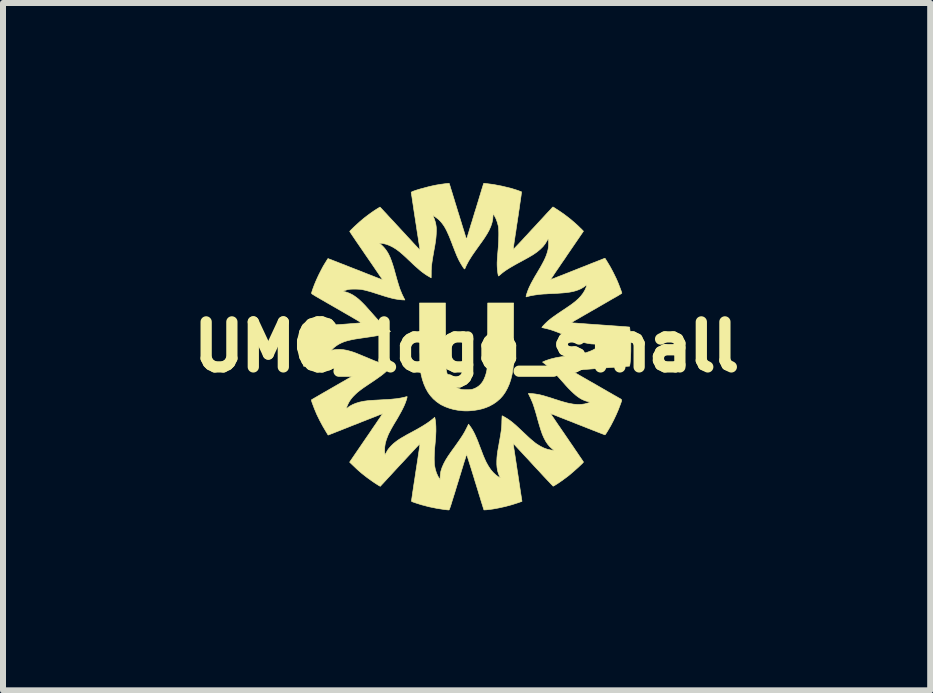
<source format=kicad_pcb>
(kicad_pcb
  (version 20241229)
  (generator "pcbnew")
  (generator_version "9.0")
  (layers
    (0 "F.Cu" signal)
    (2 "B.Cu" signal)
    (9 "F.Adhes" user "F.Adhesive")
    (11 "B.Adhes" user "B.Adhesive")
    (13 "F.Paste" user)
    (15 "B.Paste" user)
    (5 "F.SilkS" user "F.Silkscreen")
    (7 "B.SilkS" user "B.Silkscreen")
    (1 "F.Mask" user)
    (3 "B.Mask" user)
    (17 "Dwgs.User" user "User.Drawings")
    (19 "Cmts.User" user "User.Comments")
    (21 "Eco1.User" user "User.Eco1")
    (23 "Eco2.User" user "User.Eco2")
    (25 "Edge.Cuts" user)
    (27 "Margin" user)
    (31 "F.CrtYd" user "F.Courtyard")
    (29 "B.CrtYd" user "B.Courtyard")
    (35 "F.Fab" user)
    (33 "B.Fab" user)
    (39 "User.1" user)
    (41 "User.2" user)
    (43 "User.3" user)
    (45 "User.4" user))
  (footprint "UMC_logo_small"
    (layer "F.Cu")
    (at 4.724 2.726)
    (property "Reference" "UMC_logo_small" (at 0 0 180) (layer "F.SilkS") (effects (font (size 0.75 0.75) (thickness 0.3))))
    (attr through_hole)
    (fp_poly (pts (xy -0.35 -0.204) (xy -0.35 -0.124) (xy -0.35 -0.052) (xy -0.35 0.012) (xy -0.349 0.07) (xy -0.349 0.121) (xy -0.349 0.166) (xy -0.348 0.205) (xy -0.348 0.24) (xy -0.347 0.27) (xy -0.346 0.296) (xy -0.345 0.318) (xy -0.344 0.338) (xy -0.342 0.355) (xy -0.341 0.37) (xy -0.339 0.384) (xy -0.337 0.396) (xy -0.334 0.408) (xy -0.332 0.42) (xy -0.329 0.432) (xy -0.325 0.446) (xy -0.324 0.45) (xy -0.307 0.506) (xy -0.284 0.556) (xy -0.257 0.599) (xy -0.225 0.636) (xy -0.188 0.666) (xy -0.155 0.686) (xy -0.13 0.697) (xy -0.107 0.706) (xy -0.085 0.712) (xy -0.062 0.715) (xy -0.034 0.717) (xy 0 0.717) (xy 0.034 0.717) (xy 0.062 0.715) (xy 0.086 0.712) (xy 0.108 0.706) (xy 0.13 0.697) (xy 0.155 0.686) (xy 0.195 0.662) (xy 0.231 0.63) (xy 0.262 0.592) (xy 0.288 0.547) (xy 0.31 0.495) (xy 0.324 0.451) (xy 0.327 0.438) (xy 0.33 0.425) (xy 0.333 0.413) (xy 0.336 0.401) (xy 0.338 0.388) (xy 0.34 0.375) (xy 0.342 0.36) (xy 0.343 0.343) (xy 0.345 0.324) (xy 0.346 0.302) (xy 0.347 0.277) (xy 0.347 0.247) (xy 0.348 0.213) (xy 0.348 0.175) (xy 0.349 0.13) (xy 0.349 0.08) (xy 0.349 0.024) (xy 0.35 -0.039) (xy 0.35 -0.11) (xy 0.35 -0.188) (xy 0.35 -0.206) (xy 0.352 -0.728) (xy 0.784 -0.728) (xy 0.782 -0.206) (xy 0.782 -0.128) (xy 0.781 -0.057) (xy 0.781 0.006) (xy 0.781 0.063) (xy 0.781 0.112) (xy 0.78 0.156) (xy 0.78 0.194) (xy 0.78 0.227) (xy 0.779 0.255) (xy 0.779 0.279) (xy 0.778 0.3) (xy 0.777 0.317) (xy 0.777 0.331) (xy 0.776 0.343) (xy 0.775 0.354) (xy 0.774 0.363) (xy 0.773 0.368) (xy 0.758 0.459) (xy 0.738 0.543) (xy 0.712 0.621) (xy 0.681 0.692) (xy 0.645 0.757) (xy 0.604 0.816) (xy 0.557 0.868) (xy 0.504 0.914) (xy 0.447 0.954) (xy 0.383 0.989) (xy 0.379 0.991) (xy 0.322 1.015) (xy 0.264 1.034) (xy 0.202 1.049) (xy 0.135 1.06) (xy 0.068 1.067) (xy 0.04 1.069) (xy 0.018 1.07) (xy -0.003 1.07) (xy -0.023 1.07) (xy -0.046 1.069) (xy -0.075 1.067) (xy -0.078 1.066) (xy -0.151 1.058) (xy -0.223 1.044) (xy -0.292 1.024) (xy -0.357 1) (xy -0.416 0.972) (xy -0.442 0.957) (xy -0.501 0.916) (xy -0.554 0.87) (xy -0.602 0.817) (xy -0.644 0.759) (xy -0.68 0.694) (xy -0.711 0.623) (xy -0.737 0.546) (xy -0.758 0.462) (xy -0.773 0.372) (xy -0.773 0.368) (xy -0.774 0.36) (xy -0.775 0.35) (xy -0.776 0.338) (xy -0.777 0.325) (xy -0.778 0.309) (xy -0.778 0.29) (xy -0.779 0.268) (xy -0.779 0.241) (xy -0.78 0.21) (xy -0.78 0.175) (xy -0.78 0.134) (xy -0.781 0.087) (xy -0.781 0.034) (xy -0.781 -0.026) (xy -0.782 -0.093) (xy -0.782 -0.169) (xy -0.782 -0.206) (xy -0.784 -0.728) (xy -0.568 -0.728) (xy -0.352 -0.728) (xy -0.35 -0.204)) (stroke (width 0.01) (type solid)) (fill yes) (layer "F.SilkS"))
    (fp_poly (pts (xy -0.29 -2.721) (xy -0.29 -2.721) (xy -0.289 -2.717) (xy -0.285 -2.705) (xy -0.279 -2.687) (xy -0.271 -2.661) (xy -0.262 -2.63) (xy -0.25 -2.593) (xy -0.237 -2.551) (xy -0.223 -2.504) (xy -0.207 -2.453) (xy -0.191 -2.399) (xy -0.173 -2.342) (xy -0.155 -2.282) (xy -0.146 -2.253) (xy -0.127 -2.193) (xy -0.109 -2.134) (xy -0.092 -2.079) (xy -0.076 -2.026) (xy -0.061 -1.978) (xy -0.047 -1.934) (xy -0.035 -1.895) (xy -0.025 -1.861) (xy -0.016 -1.833) (xy -0.009 -1.811) (xy -0.004 -1.796) (xy -0.002 -1.789) (xy -0.001 -1.788) (xy -0.000168 -1.792) (xy 0.003 -1.803) (xy 0.009 -1.822) (xy 0.017 -1.846) (xy 0.026 -1.877) (xy 0.037 -1.912) (xy 0.049 -1.952) (xy 0.062 -1.995) (xy 0.076 -2.042) (xy 0.092 -2.091) (xy 0.107 -2.142) (xy 0.123 -2.194) (xy 0.139 -2.247) (xy 0.156 -2.3) (xy 0.172 -2.353) (xy 0.188 -2.405) (xy 0.203 -2.454) (xy 0.217 -2.502) (xy 0.231 -2.546) (xy 0.243 -2.587) (xy 0.254 -2.623) (xy 0.264 -2.655) (xy 0.272 -2.681) (xy 0.278 -2.701) (xy 0.282 -2.714) (xy 0.282 -2.715) (xy 0.284 -2.719) (xy 0.289 -2.721) (xy 0.299 -2.721) (xy 0.31 -2.72) (xy 0.449 -2.702) (xy 0.585 -2.676) (xy 0.719 -2.644) (xy 0.753 -2.635) (xy 0.774 -2.628) (xy 0.798 -2.621) (xy 0.823 -2.613) (xy 0.847 -2.605) (xy 0.87 -2.597) (xy 0.89 -2.589) (xy 0.905 -2.584) (xy 0.914 -2.58) (xy 0.915 -2.578) (xy 0.915 -2.574) (xy 0.914 -2.562) (xy 0.911 -2.542) (xy 0.908 -2.516) (xy 0.903 -2.483) (xy 0.898 -2.445) (xy 0.891 -2.401) (xy 0.884 -2.353) (xy 0.877 -2.3) (xy 0.868 -2.244) (xy 0.86 -2.185) (xy 0.85 -2.124) (xy 0.847 -2.099) (xy 0.837 -2.037) (xy 0.828 -1.977) (xy 0.82 -1.919) (xy 0.811 -1.865) (xy 0.804 -1.815) (xy 0.797 -1.77) (xy 0.791 -1.729) (xy 0.786 -1.694) (xy 0.782 -1.665) (xy 0.779 -1.642) (xy 0.777 -1.627) (xy 0.776 -1.619) (xy 0.776 -1.618) (xy 0.779 -1.621) (xy 0.787 -1.629) (xy 0.8 -1.642) (xy 0.818 -1.661) (xy 0.841 -1.685) (xy 0.867 -1.712) (xy 0.897 -1.744) (xy 0.93 -1.779) (xy 0.965 -1.818) (xy 1.004 -1.859) (xy 1.044 -1.903) (xy 1.086 -1.949) (xy 1.107 -1.971) (xy 1.15 -2.017) (xy 1.191 -2.062) (xy 1.231 -2.105) (xy 1.268 -2.145) (xy 1.302 -2.182) (xy 1.333 -2.216) (xy 1.361 -2.246) (xy 1.386 -2.272) (xy 1.406 -2.294) (xy 1.421 -2.311) (xy 1.432 -2.322) (xy 1.438 -2.328) (xy 1.438 -2.328) (xy 1.443 -2.326) (xy 1.453 -2.32) (xy 1.469 -2.31) (xy 1.487 -2.298) (xy 1.509 -2.284) (xy 1.531 -2.27) (xy 1.554 -2.254) (xy 1.575 -2.24) (xy 1.595 -2.226) (xy 1.606 -2.219) (xy 1.669 -2.172) (xy 1.733 -2.122) (xy 1.794 -2.07) (xy 1.851 -2.019) (xy 1.902 -1.969) (xy 1.906 -1.966) (xy 1.947 -1.924) (xy 1.672 -1.522) (xy 1.637 -1.469) (xy 1.602 -1.419) (xy 1.569 -1.371) (xy 1.539 -1.326) (xy 1.51 -1.284) (xy 1.484 -1.246) (xy 1.461 -1.212) (xy 1.442 -1.182) (xy 1.425 -1.158) (xy 1.413 -1.139) (xy 1.404 -1.126) (xy 1.4 -1.119) (xy 1.399 -1.118) (xy 1.4 -1.118) (xy 1.4 -1.118) (xy 1.402 -1.118) (xy 1.405 -1.119) (xy 1.41 -1.121) (xy 1.418 -1.124) (xy 1.428 -1.128) (xy 1.442 -1.133) (xy 1.46 -1.14) (xy 1.483 -1.149) (xy 1.51 -1.16) (xy 1.543 -1.173) (xy 1.583 -1.188) (xy 1.628 -1.206) (xy 1.681 -1.227) (xy 1.714 -1.24) (xy 1.764 -1.26) (xy 1.817 -1.281) (xy 1.872 -1.303) (xy 1.928 -1.325) (xy 1.982 -1.346) (xy 2.034 -1.367) (xy 2.081 -1.386) (xy 2.122 -1.402) (xy 2.159 -1.416) (xy 2.193 -1.43) (xy 2.225 -1.442) (xy 2.252 -1.453) (xy 2.274 -1.462) (xy 2.291 -1.468) (xy 2.301 -1.472) (xy 2.305 -1.473) (xy 2.308 -1.47) (xy 2.314 -1.46) (xy 2.323 -1.446) (xy 2.335 -1.427) (xy 2.348 -1.406) (xy 2.361 -1.384) (xy 2.375 -1.361) (xy 2.388 -1.339) (xy 2.399 -1.32) (xy 2.402 -1.314) (xy 2.423 -1.275) (xy 2.446 -1.231) (xy 2.469 -1.184) (xy 2.492 -1.137) (xy 2.512 -1.092) (xy 2.52 -1.072) (xy 2.53 -1.05) (xy 2.539 -1.025) (xy 2.549 -0.999) (xy 2.559 -0.973) (xy 2.568 -0.949) (xy 2.576 -0.927) (xy 2.582 -0.909) (xy 2.586 -0.897) (xy 2.587 -0.892) (xy 2.583 -0.888) (xy 2.573 -0.881) (xy 2.558 -0.872) (xy 2.539 -0.86) (xy 2.518 -0.847) (xy 2.516 -0.846) (xy 2.493 -0.833) (xy 2.465 -0.817) (xy 2.431 -0.798) (xy 2.393 -0.776) (xy 2.352 -0.752) (xy 2.307 -0.726) (xy 2.26 -0.699) (xy 2.212 -0.671) (xy 2.164 -0.643) (xy 2.115 -0.615) (xy 2.067 -0.588) (xy 2.021 -0.561) (xy 1.977 -0.536) (xy 1.937 -0.513) (xy 1.901 -0.492) (xy 1.869 -0.473) (xy 1.843 -0.458) (xy 1.822 -0.447) (xy 1.816 -0.443) (xy 1.793 -0.43) (xy 1.774 -0.418) (xy 1.758 -0.408) (xy 1.747 -0.402) (xy 1.742 -0.398) (xy 1.742 -0.398) (xy 1.747 -0.398) (xy 1.76 -0.397) (xy 1.779 -0.395) (xy 1.804 -0.394) (xy 1.833 -0.392) (xy 1.867 -0.389) (xy 1.904 -0.386) (xy 1.922 -0.385) (xy 2.028 -0.377) (xy 2.125 -0.37) (xy 2.214 -0.364) (xy 2.296 -0.358) (xy 2.369 -0.353) (xy 2.435 -0.348) (xy 2.494 -0.344) (xy 2.545 -0.34) (xy 2.568 -0.339) (xy 2.6 -0.336) (xy 2.629 -0.334) (xy 2.656 -0.332) (xy 2.678 -0.33) (xy 2.694 -0.329) (xy 2.703 -0.328) (xy 2.703 -0.328) (xy 2.717 -0.326) (xy 2.721 -0.285) (xy 2.726 -0.246) (xy 2.729 -0.212) (xy 2.732 -0.178) (xy 2.734 -0.145) (xy 2.735 -0.109) (xy 2.736 -0.07) (xy 2.736 -0.025) (xy 2.736 0.008) (xy 2.736 0.074) (xy 2.734 0.135) (xy 2.732 0.189) (xy 2.728 0.236) (xy 2.724 0.276) (xy 2.719 0.307) (xy 2.718 0.309) (xy 2.715 0.324) (xy 2.478 0.341) (xy 2.431 0.345) (xy 2.383 0.348) (xy 2.337 0.352) (xy 2.292 0.355) (xy 2.251 0.358) (xy 2.214 0.361) (xy 2.183 0.363) (xy 2.159 0.365) (xy 2.153 0.366) (xy 2.127 0.367) (xy 2.094 0.37) (xy 2.057 0.373) (xy 2.016 0.376) (xy 1.974 0.379) (xy 1.932 0.382) (xy 1.904 0.384) (xy 1.861 0.387) (xy 1.826 0.39) (xy 1.799 0.392) (xy 1.778 0.394) (xy 1.763 0.396) (xy 1.754 0.398) (xy 1.75 0.399) (xy 1.749 0.4) (xy 1.754 0.403) (xy 1.765 0.41) (xy 1.782 0.42) (xy 1.805 0.434) (xy 1.832 0.449) (xy 1.863 0.467) (xy 1.897 0.487) (xy 1.934 0.508) (xy 1.958 0.522) (xy 2.002 0.547) (xy 2.05 0.575) (xy 2.1 0.603) (xy 2.149 0.631) (xy 2.197 0.659) (xy 2.242 0.685) (xy 2.282 0.708) (xy 2.314 0.726) (xy 2.349 0.747) (xy 2.385 0.767) (xy 2.42 0.787) (xy 2.452 0.806) (xy 2.481 0.822) (xy 2.506 0.836) (xy 2.524 0.847) (xy 2.526 0.848) (xy 2.549 0.861) (xy 2.565 0.87) (xy 2.576 0.878) (xy 2.582 0.886) (xy 2.583 0.896) (xy 2.581 0.908) (xy 2.575 0.926) (xy 2.567 0.949) (xy 2.563 0.959) (xy 2.529 1.049) (xy 2.49 1.139) (xy 2.448 1.227) (xy 2.404 1.312) (xy 2.358 1.391) (xy 2.333 1.432) (xy 2.323 1.447) (xy 2.314 1.459) (xy 2.308 1.467) (xy 2.305 1.469) (xy 2.301 1.467) (xy 2.289 1.463) (xy 2.271 1.456) (xy 2.246 1.447) (xy 2.217 1.435) (xy 2.182 1.422) (xy 2.143 1.406) (xy 2.101 1.39) (xy 2.056 1.372) (xy 2.009 1.354) (xy 2.007 1.353) (xy 1.957 1.333) (xy 1.906 1.313) (xy 1.857 1.294) (xy 1.809 1.275) (xy 1.765 1.257) (xy 1.724 1.241) (xy 1.687 1.227) (xy 1.657 1.215) (xy 1.632 1.205) (xy 1.619 1.2) (xy 1.588 1.188) (xy 1.555 1.175) (xy 1.522 1.162) (xy 1.492 1.15) (xy 1.467 1.14) (xy 1.463 1.138) (xy 1.441 1.13) (xy 1.423 1.123) (xy 1.409 1.118) (xy 1.4 1.115) (xy 1.399 1.115) (xy 1.401 1.118) (xy 1.408 1.128) (xy 1.418 1.144) (xy 1.433 1.166) (xy 1.452 1.193) (xy 1.473 1.225) (xy 1.498 1.262) (xy 1.525 1.302) (xy 1.555 1.345) (xy 1.587 1.392) (xy 1.621 1.441) (xy 1.656 1.493) (xy 1.673 1.517) (xy 1.708 1.569) (xy 1.743 1.62) (xy 1.776 1.668) (xy 1.806 1.713) (xy 1.835 1.755) (xy 1.861 1.794) (xy 1.884 1.828) (xy 1.904 1.857) (xy 1.921 1.882) (xy 1.934 1.901) (xy 1.942 1.914) (xy 1.947 1.921) (xy 1.947 1.922) (xy 1.944 1.927) (xy 1.936 1.937) (xy 1.922 1.951) (xy 1.904 1.968) (xy 1.883 1.988) (xy 1.86 2.01) (xy 1.834 2.033) (xy 1.808 2.056) (xy 1.781 2.08) (xy 1.755 2.102) (xy 1.731 2.123) (xy 1.708 2.142) (xy 1.706 2.144) (xy 1.68 2.164) (xy 1.652 2.185) (xy 1.623 2.206) (xy 1.594 2.228) (xy 1.564 2.248) (xy 1.536 2.268) (xy 1.51 2.285) (xy 1.486 2.3) (xy 1.467 2.312) (xy 1.452 2.32) (xy 1.443 2.324) (xy 1.442 2.324) (xy 1.438 2.321) (xy 1.43 2.312) (xy 1.416 2.298) (xy 1.397 2.278) (xy 1.375 2.254) (xy 1.348 2.226) (xy 1.318 2.194) (xy 1.284 2.158) (xy 1.248 2.119) (xy 1.21 2.077) (xy 1.169 2.034) (xy 1.126 1.988) (xy 1.107 1.967) (xy 1.064 1.92) (xy 1.023 1.875) (xy 0.983 1.833) (xy 0.946 1.793) (xy 0.912 1.756) (xy 0.88 1.722) (xy 0.852 1.692) (xy 0.828 1.666) (xy 0.808 1.644) (xy 0.793 1.628) (xy 0.782 1.617) (xy 0.777 1.611) (xy 0.776 1.61) (xy 0.777 1.614) (xy 0.778 1.626) (xy 0.781 1.645) (xy 0.785 1.671) (xy 0.789 1.702) (xy 0.795 1.738) (xy 0.801 1.779) (xy 0.808 1.824) (xy 0.815 1.872) (xy 0.823 1.923) (xy 0.831 1.975) (xy 0.839 2.029) (xy 0.847 2.084) (xy 0.856 2.139) (xy 0.864 2.193) (xy 0.872 2.246) (xy 0.88 2.296) (xy 0.887 2.345) (xy 0.894 2.39) (xy 0.9 2.432) (xy 0.906 2.469) (xy 0.911 2.501) (xy 0.915 2.527) (xy 0.918 2.547) (xy 0.92 2.56) (xy 0.921 2.564) (xy 0.923 2.577) (xy 0.867 2.597) (xy 0.755 2.633) (xy 0.644 2.663) (xy 0.53 2.688) (xy 0.475 2.698) (xy 0.444 2.704) (xy 0.414 2.708) (xy 0.384 2.712) (xy 0.356 2.715) (xy 0.332 2.718) (xy 0.311 2.719) (xy 0.297 2.72) (xy 0.289 2.719) (xy 0.288 2.718) (xy 0.287 2.714) (xy 0.283 2.702) (xy 0.277 2.683) (xy 0.269 2.657) (xy 0.259 2.625) (xy 0.247 2.588) (xy 0.234 2.545) (xy 0.22 2.499) (xy 0.204 2.448) (xy 0.188 2.394) (xy 0.17 2.336) (xy 0.152 2.277) (xy 0.144 2.253) (xy 0.126 2.192) (xy 0.108 2.134) (xy 0.091 2.079) (xy 0.075 2.027) (xy 0.06 1.979) (xy 0.046 1.936) (xy 0.034 1.897) (xy 0.023 1.863) (xy 0.015 1.836) (xy 0.008 1.815) (xy 0.003 1.801) (xy 0.001 1.794) (xy 0.000286 1.793) (xy -0.001 1.797) (xy -0.005 1.809) (xy -0.011 1.828) (xy -0.019 1.854) (xy -0.029 1.885) (xy -0.041 1.922) (xy -0.054 1.964) (xy -0.068 2.011) (xy -0.084 2.062) (xy -0.1 2.116) (xy -0.118 2.173) (xy -0.136 2.233) (xy -0.144 2.258) (xy -0.166 2.329) (xy -0.185 2.392) (xy -0.202 2.448) (xy -0.218 2.497) (xy -0.231 2.54) (xy -0.243 2.577) (xy -0.252 2.609) (xy -0.261 2.636) (xy -0.268 2.658) (xy -0.274 2.675) (xy -0.279 2.689) (xy -0.283 2.7) (xy -0.286 2.708) (xy -0.289 2.714) (xy -0.291 2.717) (xy -0.293 2.719) (xy -0.295 2.72) (xy -0.296 2.721) (xy -0.304 2.72) (xy -0.319 2.719) (xy -0.338 2.717) (xy -0.36 2.714) (xy -0.366 2.714) (xy -0.5 2.693) (xy -0.627 2.667) (xy -0.749 2.635) (xy -0.847 2.604) (xy -0.872 2.595) (xy -0.891 2.589) (xy -0.904 2.584) (xy -0.912 2.58) (xy -0.916 2.577) (xy -0.918 2.574) (xy -0.919 2.571) (xy -0.919 2.57) (xy -0.918 2.565) (xy -0.916 2.552) (xy -0.913 2.532) (xy -0.909 2.505) (xy -0.904 2.471) (xy -0.899 2.432) (xy -0.892 2.388) (xy -0.885 2.34) (xy -0.877 2.287) (xy -0.868 2.231) (xy -0.859 2.171) (xy -0.85 2.11) (xy -0.847 2.089) (xy -0.837 2.027) (xy -0.828 1.967) (xy -0.819 1.91) (xy -0.811 1.856) (xy -0.804 1.807) (xy -0.797 1.762) (xy -0.791 1.722) (xy -0.786 1.687) (xy -0.782 1.659) (xy -0.779 1.637) (xy -0.777 1.622) (xy -0.776 1.615) (xy -0.776 1.614) (xy -0.779 1.617) (xy -0.787 1.626) (xy -0.8 1.64) (xy -0.818 1.658) (xy -0.84 1.681) (xy -0.865 1.708) (xy -0.893 1.738) (xy -0.924 1.772) (xy -0.957 1.807) (xy -0.992 1.845) (xy -1.028 1.884) (xy -1.065 1.924) (xy -1.103 1.964) (xy -1.141 2.005) (xy -1.178 2.045) (xy -1.214 2.084) (xy -1.249 2.122) (xy -1.283 2.159) (xy -1.314 2.192) (xy -1.343 2.224) (xy -1.368 2.251) (xy -1.39 2.275) (xy -1.409 2.295) (xy -1.423 2.31) (xy -1.432 2.321) (xy -1.435 2.325) (xy -1.436 2.325) (xy -1.44 2.325) (xy -1.451 2.32) (xy -1.467 2.311) (xy -1.487 2.298) (xy -1.511 2.283) (xy -1.537 2.266) (xy -1.566 2.246) (xy -1.596 2.225) (xy -1.626 2.203) (xy -1.656 2.182) (xy -1.666 2.174) (xy -1.744 2.113) (xy -1.818 2.049) (xy -1.883 1.987) (xy -1.949 1.924) (xy -1.673 1.52) (xy -1.637 1.468) (xy -1.602 1.417) (xy -1.57 1.369) (xy -1.539 1.324) (xy -1.51 1.282) (xy -1.484 1.243) (xy -1.461 1.209) (xy -1.441 1.18) (xy -1.424 1.155) (xy -1.412 1.136) (xy -1.403 1.123) (xy -1.398 1.116) (xy -1.398 1.115) (xy -1.402 1.117) (xy -1.413 1.121) (xy -1.431 1.128) (xy -1.456 1.137) (xy -1.485 1.149) (xy -1.52 1.163) (xy -1.559 1.178) (xy -1.602 1.195) (xy -1.649 1.213) (xy -1.698 1.233) (xy -1.736 1.247) (xy -1.789 1.269) (xy -1.842 1.29) (xy -1.895 1.31) (xy -1.945 1.33) (xy -1.992 1.349) (xy -2.036 1.366) (xy -2.076 1.382) (xy -2.11 1.396) (xy -2.139 1.407) (xy -2.161 1.415) (xy -2.167 1.418) (xy -2.195 1.429) (xy -2.222 1.44) (xy -2.246 1.449) (xy -2.266 1.457) (xy -2.28 1.462) (xy -2.285 1.464) (xy -2.307 1.473) (xy -2.34 1.419) (xy -2.396 1.324) (xy -2.448 1.227) (xy -2.496 1.129) (xy -2.537 1.031) (xy -2.57 0.943) (xy -2.578 0.921) (xy -2.582 0.905) (xy -2.585 0.895) (xy -2.585 0.889) (xy -2.584 0.885) (xy -2.582 0.883) (xy -2.577 0.881) (xy -2.566 0.874) (xy -2.548 0.864) (xy -2.525 0.85) (xy -2.495 0.833) (xy -2.461 0.813) (xy -2.423 0.791) (xy -2.38 0.766) (xy -2.334 0.74) (xy -2.284 0.711) (xy -2.232 0.681) (xy -2.178 0.65) (xy -2.159 0.639) (xy -2.095 0.602) (xy -2.038 0.57) (xy -1.987 0.54) (xy -1.943 0.515) (xy -1.905 0.493) (xy -1.871 0.473) (xy -1.843 0.457) (xy -1.82 0.443) (xy -1.801 0.432) (xy -1.786 0.422) (xy -1.774 0.415) (xy -1.766 0.409) (xy -1.76 0.405) (xy -1.756 0.402) (xy -1.755 0.4) (xy -1.755 0.398) (xy -1.757 0.398) (xy -1.759 0.397) (xy -1.759 0.397) (xy -1.766 0.396) (xy -1.78 0.395) (xy -1.802 0.393) (xy -1.83 0.391) (xy -1.864 0.388) (xy -1.905 0.385) (xy -1.95 0.382) (xy -2 0.378) (xy -2.053 0.374) (xy -2.11 0.37) (xy -2.17 0.365) (xy -2.232 0.361) (xy -2.246 0.36) (xy -2.308 0.355) (xy -2.368 0.351) (xy -2.425 0.347) (xy -2.478 0.343) (xy -2.527 0.339) (xy -2.572 0.336) (xy -2.612 0.333) (xy -2.646 0.33) (xy -2.674 0.328) (xy -2.695 0.327) (xy -2.709 0.325) (xy -2.716 0.325) (xy -2.716 0.325) (xy -2.717 0.32) (xy -2.718 0.309) (xy -2.72 0.293) (xy -2.723 0.272) (xy -2.724 0.262) (xy -2.733 0.156) (xy -2.737 0.062) (xy -2.252 0.062) (xy -2.25 0.062) (xy -2.228 0.056) (xy -2.208 0.052) (xy -2.188 0.049) (xy -2.167 0.047) (xy -2.113 0.045) (xy -2.055 0.05) (xy -1.992 0.061) (xy -1.923 0.08) (xy -1.888 0.091) (xy -1.874 0.096) (xy -1.86 0.101) (xy -1.844 0.107) (xy -1.826 0.114) (xy -1.805 0.123) (xy -1.78 0.133) (xy -1.751 0.145) (xy -1.718 0.159) (xy -1.678 0.175) (xy -1.631 0.195) (xy -1.602 0.207) (xy -1.538 0.234) (xy -1.479 0.256) (xy -1.424 0.275) (xy -1.374 0.29) (xy -1.325 0.303) (xy -1.295 0.309) (xy -1.277 0.313) (xy -1.262 0.316) (xy -1.253 0.318) (xy -1.25 0.319) (xy -1.252 0.323) (xy -1.259 0.331) (xy -1.271 0.343) (xy -1.285 0.358) (xy -1.294 0.368) (xy -1.317 0.391) (xy -1.34 0.413) (xy -1.366 0.436) (xy -1.395 0.46) (xy -1.427 0.485) (xy -1.464 0.511) (xy -1.506 0.541) (xy -1.554 0.574) (xy -1.593 0.6) (xy -1.638 0.63) (xy -1.676 0.656) (xy -1.709 0.678) (xy -1.737 0.698) (xy -1.761 0.716) (xy -1.782 0.732) (xy -1.801 0.747) (xy -1.819 0.761) (xy -1.835 0.776) (xy -1.852 0.792) (xy -1.858 0.798) (xy -1.894 0.834) (xy -1.923 0.869) (xy -1.948 0.904) (xy -1.967 0.937) (xy -1.974 0.953) (xy -1.983 0.971) (xy -1.991 0.99) (xy -1.998 1.008) (xy -2.003 1.023) (xy -2.006 1.034) (xy -2.007 1.036) (xy -2.004 1.035) (xy -1.997 1.029) (xy -1.992 1.025) (xy -1.95 0.993) (xy -1.901 0.966) (xy -1.846 0.943) (xy -1.784 0.924) (xy -1.714 0.909) (xy -1.646 0.9) (xy -1.628 0.898) (xy -1.602 0.896) (xy -1.572 0.894) (xy -1.537 0.892) (xy -1.501 0.89) (xy -1.463 0.888) (xy -1.446 0.887) (xy -1.377 0.883) (xy -1.316 0.88) (xy -1.261 0.876) (xy -1.213 0.871) (xy -1.169 0.867) (xy -1.13 0.861) (xy -1.095 0.855) (xy -1.062 0.848) (xy -1.03 0.841) (xy -1.03 0.841) (xy -1.014 0.836) (xy -1 0.833) (xy -0.992 0.832) (xy -0.991 0.832) (xy -0.991 0.838) (xy -0.993 0.849) (xy -0.997 0.866) (xy -1.003 0.886) (xy -1.011 0.908) (xy -1.018 0.93) (xy -1.019 0.931) (xy -1.035 0.971) (xy -1.056 1.016) (xy -1.082 1.068) (xy -1.114 1.126) (xy -1.15 1.19) (xy -1.166 1.217) (xy -1.194 1.263) (xy -1.218 1.303) (xy -1.238 1.338) (xy -1.255 1.368) (xy -1.269 1.395) (xy -1.281 1.418) (xy -1.292 1.439) (xy -1.302 1.459) (xy -1.31 1.479) (xy -1.312 1.483) (xy -1.337 1.549) (xy -1.355 1.612) (xy -1.364 1.673) (xy -1.366 1.73) (xy -1.366 1.744) (xy -1.364 1.768) (xy -1.362 1.785) (xy -1.36 1.794) (xy -1.357 1.796) (xy -1.353 1.791) (xy -1.346 1.78) (xy -1.34 1.768) (xy -1.323 1.737) (xy -1.305 1.708) (xy -1.282 1.681) (xy -1.26 1.656) (xy -1.24 1.636) (xy -1.219 1.616) (xy -1.197 1.598) (xy -1.173 1.579) (xy -1.147 1.56) (xy -1.117 1.54) (xy -1.083 1.519) (xy -1.044 1.497) (xy -1 1.471) (xy -0.95 1.444) (xy -0.892 1.413) (xy -0.891 1.412) (xy -0.83 1.379) (xy -0.776 1.348) (xy -0.729 1.32) (xy -0.686 1.293) (xy -0.648 1.268) (xy -0.613 1.243) (xy -0.581 1.218) (xy -0.567 1.207) (xy -0.531 1.177) (xy -0.526 1.199) (xy -0.519 1.236) (xy -0.515 1.278) (xy -0.512 1.327) (xy -0.511 1.383) (xy -0.511 1.386) (xy -0.511 1.409) (xy -0.512 1.431) (xy -0.513 1.453) (xy -0.514 1.476) (xy -0.515 1.501) (xy -0.517 1.529) (xy -0.52 1.561) (xy -0.523 1.598) (xy -0.527 1.642) (xy -0.532 1.693) (xy -0.532 1.693) (xy -0.534 1.728) (xy -0.536 1.766) (xy -0.538 1.806) (xy -0.539 1.846) (xy -0.539 1.884) (xy -0.538 1.919) (xy -0.537 1.949) (xy -0.535 1.973) (xy -0.534 1.977) (xy -0.521 2.043) (xy -0.502 2.104) (xy -0.477 2.159) (xy -0.462 2.184) (xy -0.442 2.216) (xy -0.44 2.161) (xy -0.437 2.129) (xy -0.433 2.1) (xy -0.429 2.076) (xy -0.428 2.073) (xy -0.41 2.016) (xy -0.384 1.956) (xy -0.351 1.893) (xy -0.311 1.829) (xy -0.302 1.815) (xy -0.288 1.796) (xy -0.272 1.772) (xy -0.253 1.745) (xy -0.233 1.717) (xy -0.212 1.688) (xy -0.205 1.679) (xy -0.169 1.628) (xy -0.138 1.584) (xy -0.111 1.545) (xy -0.087 1.509) (xy -0.066 1.477) (xy -0.048 1.447) (xy -0.031 1.418) (xy -0.016 1.389) (xy -0.004 1.366) (xy 0.033 1.291) (xy 0.054 1.32) (xy 0.072 1.345) (xy 0.089 1.371) (xy 0.105 1.398) (xy 0.121 1.428) (xy 0.137 1.46) (xy 0.153 1.496) (xy 0.171 1.537) (xy 0.19 1.584) (xy 0.21 1.637) (xy 0.229 1.687) (xy 0.247 1.733) (xy 0.262 1.773) (xy 0.275 1.807) (xy 0.287 1.836) (xy 0.298 1.861) (xy 0.308 1.884) (xy 0.318 1.906) (xy 0.328 1.927) (xy 0.364 1.991) (xy 0.402 2.048) (xy 0.444 2.097) (xy 0.488 2.138) (xy 0.535 2.172) (xy 0.541 2.175) (xy 0.553 2.182) (xy 0.561 2.186) (xy 0.563 2.187) (xy 0.561 2.182) (xy 0.556 2.173) (xy 0.554 2.17) (xy 0.547 2.155) (xy 0.538 2.133) (xy 0.529 2.109) (xy 0.521 2.084) (xy 0.515 2.061) (xy 0.514 2.056) (xy 0.507 2.011) (xy 0.503 1.96) (xy 0.503 1.905) (xy 0.506 1.846) (xy 0.512 1.786) (xy 0.515 1.767) (xy 0.517 1.75) (xy 0.521 1.727) (xy 0.526 1.698) (xy 0.532 1.666) (xy 0.538 1.633) (xy 0.542 1.607) (xy 0.552 1.553) (xy 0.56 1.507) (xy 0.567 1.467) (xy 0.572 1.432) (xy 0.577 1.401) (xy 0.58 1.372) (xy 0.583 1.345) (xy 0.585 1.319) (xy 0.586 1.292) (xy 0.587 1.263) (xy 0.587 1.25) (xy 0.588 1.222) (xy 0.589 1.197) (xy 0.59 1.177) (xy 0.591 1.162) (xy 0.592 1.153) (xy 0.592 1.152) (xy 0.598 1.154) (xy 0.609 1.159) (xy 0.624 1.168) (xy 0.642 1.178) (xy 0.66 1.189) (xy 0.677 1.199) (xy 0.69 1.208) (xy 0.711 1.222) (xy 0.73 1.236) (xy 0.75 1.251) (xy 0.77 1.267) (xy 0.792 1.286) (xy 0.817 1.307) (xy 0.844 1.332) (xy 0.875 1.361) (xy 0.91 1.394) (xy 0.946 1.428) (xy 0.989 1.468) (xy 1.026 1.503) (xy 1.059 1.533) (xy 1.088 1.558) (xy 1.115 1.58) (xy 1.139 1.6) (xy 1.162 1.617) (xy 1.174 1.625) (xy 1.231 1.66) (xy 1.287 1.688) (xy 1.342 1.708) (xy 1.398 1.721) (xy 1.429 1.725) (xy 1.458 1.728) (xy 1.427 1.703) (xy 1.387 1.667) (xy 1.351 1.625) (xy 1.318 1.576) (xy 1.288 1.519) (xy 1.273 1.485) (xy 1.26 1.455) (xy 1.248 1.419) (xy 1.234 1.379) (xy 1.22 1.333) (xy 1.204 1.28) (xy 1.187 1.22) (xy 1.185 1.213) (xy 1.169 1.154) (xy 1.154 1.102) (xy 1.14 1.056) (xy 1.128 1.016) (xy 1.116 0.98) (xy 1.105 0.948) (xy 1.093 0.918) (xy 1.081 0.891) (xy 1.069 0.863) (xy 1.059 0.842) (xy 1.049 0.822) (xy 1.041 0.805) (xy 1.034 0.791) (xy 1.03 0.783) (xy 1.029 0.781) (xy 1.032 0.78) (xy 1.042 0.78) (xy 1.058 0.78) (xy 1.078 0.781) (xy 1.101 0.783) (xy 1.126 0.786) (xy 1.151 0.789) (xy 1.154 0.79) (xy 1.178 0.794) (xy 1.202 0.798) (xy 1.227 0.803) (xy 1.253 0.81) (xy 1.282 0.817) (xy 1.314 0.827) (xy 1.351 0.838) (xy 1.394 0.851) (xy 1.444 0.867) (xy 1.46 0.873) (xy 1.509 0.888) (xy 1.551 0.902) (xy 1.588 0.913) (xy 1.62 0.922) (xy 1.649 0.93) (xy 1.675 0.937) (xy 1.7 0.943) (xy 1.714 0.946) (xy 1.783 0.958) (xy 1.848 0.963) (xy 1.909 0.962) (xy 1.966 0.954) (xy 2.021 0.939) (xy 2.033 0.935) (xy 2.046 0.93) (xy 2.054 0.926) (xy 2.056 0.924) (xy 2.051 0.922) (xy 2.04 0.919) (xy 2.026 0.916) (xy 2.021 0.914) (xy 1.987 0.905) (xy 1.953 0.892) (xy 1.92 0.877) (xy 1.887 0.858) (xy 1.852 0.834) (xy 1.817 0.807) (xy 1.78 0.774) (xy 1.74 0.736) (xy 1.697 0.693) (xy 1.651 0.643) (xy 1.601 0.586) (xy 1.59 0.574) (xy 1.552 0.531) (xy 1.514 0.489) (xy 1.476 0.448) (xy 1.438 0.41) (xy 1.403 0.374) (xy 1.37 0.343) (xy 1.34 0.316) (xy 1.315 0.294) (xy 1.306 0.288) (xy 1.265 0.256) (xy 1.29 0.245) (xy 1.312 0.235) (xy 1.341 0.225) (xy 1.373 0.214) (xy 1.406 0.204) (xy 1.438 0.196) (xy 1.45 0.193) (xy 1.478 0.186) (xy 1.509 0.18) (xy 1.543 0.174) (xy 1.581 0.168) (xy 1.625 0.162) (xy 1.675 0.155) (xy 1.706 0.15) (xy 1.77 0.142) (xy 1.827 0.133) (xy 1.877 0.125) (xy 1.921 0.116) (xy 1.961 0.107) (xy 1.996 0.098) (xy 2.028 0.087) (xy 2.058 0.076) (xy 2.086 0.064) (xy 2.101 0.057) (xy 2.135 0.039) (xy 2.167 0.019) (xy 2.197 -0.003) (xy 2.222 -0.024) (xy 2.241 -0.043) (xy 2.245 -0.048) (xy 2.256 -0.062) (xy 2.234 -0.057) (xy 2.185 -0.047) (xy 2.134 -0.043) (xy 2.079 -0.046) (xy 2.021 -0.054) (xy 1.958 -0.068) (xy 1.891 -0.089) (xy 1.82 -0.115) (xy 1.802 -0.123) (xy 1.777 -0.133) (xy 1.749 -0.145) (xy 1.717 -0.158) (xy 1.684 -0.172) (xy 1.655 -0.184) (xy 1.598 -0.208) (xy 1.547 -0.229) (xy 1.501 -0.247) (xy 1.46 -0.262) (xy 1.423 -0.275) (xy 1.388 -0.286) (xy 1.355 -0.295) (xy 1.322 -0.303) (xy 1.296 -0.309) (xy 1.279 -0.313) (xy 1.265 -0.316) (xy 1.256 -0.318) (xy 1.254 -0.319) (xy 1.256 -0.323) (xy 1.262 -0.332) (xy 1.273 -0.345) (xy 1.286 -0.359) (xy 1.301 -0.375) (xy 1.317 -0.391) (xy 1.333 -0.406) (xy 1.34 -0.413) (xy 1.362 -0.433) (xy 1.386 -0.452) (xy 1.412 -0.473) (xy 1.442 -0.495) (xy 1.475 -0.518) (xy 1.513 -0.545) (xy 1.558 -0.575) (xy 1.587 -0.595) (xy 1.619 -0.616) (xy 1.651 -0.637) (xy 1.681 -0.658) (xy 1.708 -0.676) (xy 1.732 -0.693) (xy 1.75 -0.706) (xy 1.76 -0.713) (xy 1.815 -0.756) (xy 1.863 -0.799) (xy 1.903 -0.842) (xy 1.937 -0.886) (xy 1.965 -0.931) (xy 1.977 -0.955) (xy 1.985 -0.974) (xy 1.993 -0.992) (xy 1.999 -1.008) (xy 2.002 -1.021) (xy 2.004 -1.029) (xy 2.002 -1.03) (xy 2.002 -1.03) (xy 1.996 -1.027) (xy 1.986 -1.019) (xy 1.973 -1.009) (xy 1.97 -1.007) (xy 1.937 -0.984) (xy 1.901 -0.964) (xy 1.862 -0.947) (xy 1.819 -0.932) (xy 1.772 -0.919) (xy 1.72 -0.909) (xy 1.661 -0.901) (xy 1.596 -0.895) (xy 1.523 -0.89) (xy 1.509 -0.889) (xy 1.452 -0.886) (xy 1.402 -0.884) (xy 1.36 -0.882) (xy 1.323 -0.879) (xy 1.291 -0.878) (xy 1.264 -0.876) (xy 1.24 -0.874) (xy 1.219 -0.872) (xy 1.2 -0.87) (xy 1.198 -0.87) (xy 1.166 -0.865) (xy 1.131 -0.86) (xy 1.096 -0.854) (xy 1.064 -0.848) (xy 1.036 -0.841) (xy 1.018 -0.836) (xy 1.005 -0.833) (xy 0.996 -0.83) (xy 0.993 -0.83) (xy 0.991 -0.833) (xy 0.992 -0.844) (xy 0.996 -0.86) (xy 1.002 -0.88) (xy 1.01 -0.903) (xy 1.019 -0.929) (xy 1.029 -0.955) (xy 1.04 -0.981) (xy 1.046 -0.995) (xy 1.06 -1.023) (xy 1.075 -1.054) (xy 1.093 -1.087) (xy 1.114 -1.125) (xy 1.138 -1.168) (xy 1.167 -1.216) (xy 1.191 -1.257) (xy 1.229 -1.321) (xy 1.261 -1.379) (xy 1.289 -1.432) (xy 1.312 -1.481) (xy 1.33 -1.526) (xy 1.344 -1.569) (xy 1.355 -1.609) (xy 1.362 -1.648) (xy 1.366 -1.687) (xy 1.366 -1.725) (xy 1.366 -1.737) (xy 1.365 -1.758) (xy 1.364 -1.776) (xy 1.362 -1.788) (xy 1.361 -1.795) (xy 1.36 -1.795) (xy 1.357 -1.793) (xy 1.351 -1.785) (xy 1.343 -1.771) (xy 1.337 -1.76) (xy 1.308 -1.713) (xy 1.272 -1.667) (xy 1.226 -1.622) (xy 1.173 -1.578) (xy 1.133 -1.55) (xy 1.111 -1.535) (xy 1.088 -1.521) (xy 1.062 -1.506) (xy 1.034 -1.489) (xy 1.001 -1.471) (xy 0.963 -1.45) (xy 0.919 -1.426) (xy 0.912 -1.422) (xy 0.854 -1.391) (xy 0.802 -1.362) (xy 0.757 -1.336) (xy 0.716 -1.312) (xy 0.681 -1.29) (xy 0.649 -1.269) (xy 0.621 -1.249) (xy 0.595 -1.229) (xy 0.57 -1.208) (xy 0.562 -1.201) (xy 0.549 -1.19) (xy 0.539 -1.182) (xy 0.532 -1.178) (xy 0.531 -1.178) (xy 0.529 -1.184) (xy 0.526 -1.197) (xy 0.522 -1.215) (xy 0.519 -1.237) (xy 0.516 -1.262) (xy 0.513 -1.287) (xy 0.512 -1.3) (xy 0.51 -1.331) (xy 0.509 -1.364) (xy 0.509 -1.401) (xy 0.511 -1.442) (xy 0.514 -1.489) (xy 0.518 -1.542) (xy 0.523 -1.602) (xy 0.524 -1.611) (xy 0.528 -1.66) (xy 0.531 -1.71) (xy 0.534 -1.76) (xy 0.535 -1.809) (xy 0.536 -1.856) (xy 0.536 -1.899) (xy 0.535 -1.938) (xy 0.533 -1.972) (xy 0.53 -1.998) (xy 0.528 -2.011) (xy 0.511 -2.074) (xy 0.49 -2.131) (xy 0.464 -2.181) (xy 0.453 -2.197) (xy 0.44 -2.216) (xy 0.44 -2.182) (xy 0.436 -2.126) (xy 0.424 -2.067) (xy 0.404 -2.006) (xy 0.376 -1.943) (xy 0.37 -1.931) (xy 0.356 -1.906) (xy 0.341 -1.879) (xy 0.323 -1.851) (xy 0.303 -1.819) (xy 0.28 -1.785) (xy 0.252 -1.745) (xy 0.22 -1.701) (xy 0.201 -1.674) (xy 0.158 -1.614) (xy 0.12 -1.56) (xy 0.087 -1.512) (xy 0.059 -1.467) (xy 0.034 -1.427) (xy 0.014 -1.389) (xy -0.004 -1.355) (xy -0.017 -1.326) (xy -0.024 -1.309) (xy -0.029 -1.299) (xy -0.033 -1.295) (xy -0.037 -1.296) (xy -0.037 -1.296) (xy -0.044 -1.304) (xy -0.054 -1.317) (xy -0.066 -1.335) (xy -0.079 -1.356) (xy -0.093 -1.379) (xy -0.107 -1.403) (xy -0.119 -1.425) (xy -0.126 -1.437) (xy -0.137 -1.46) (xy -0.148 -1.484) (xy -0.16 -1.509) (xy -0.171 -1.537) (xy -0.184 -1.568) (xy -0.198 -1.603) (xy -0.214 -1.645) (xy -0.233 -1.692) (xy -0.239 -1.71) (xy -0.265 -1.776) (xy -0.288 -1.835) (xy -0.311 -1.886) (xy -0.332 -1.932) (xy -0.353 -1.972) (xy -0.374 -2.008) (xy -0.396 -2.039) (xy -0.418 -2.068) (xy -0.441 -2.094) (xy -0.462 -2.115) (xy -0.476 -2.127) (xy -0.492 -2.139) (xy -0.509 -2.152) (xy -0.526 -2.165) (xy -0.541 -2.175) (xy -0.552 -2.182) (xy -0.559 -2.184) (xy -0.559 -2.184) (xy -0.56 -2.181) (xy -0.556 -2.172) (xy -0.551 -2.16) (xy -0.538 -2.129) (xy -0.526 -2.093) (xy -0.515 -2.054) (xy -0.51 -2.024) (xy -0.507 -2.005) (xy -0.505 -1.985) (xy -0.504 -1.961) (xy -0.504 -1.933) (xy -0.505 -1.903) (xy -0.506 -1.874) (xy -0.508 -1.847) (xy -0.51 -1.82) (xy -0.513 -1.792) (xy -0.517 -1.762) (xy -0.522 -1.728) (xy -0.528 -1.69) (xy -0.536 -1.645) (xy -0.542 -1.613) (xy -0.552 -1.555) (xy -0.561 -1.505) (xy -0.568 -1.461) (xy -0.574 -1.422) (xy -0.579 -1.387) (xy -0.583 -1.355) (xy -0.586 -1.326) (xy -0.587 -1.297) (xy -0.589 -1.269) (xy -0.589 -1.239) (xy -0.589 -1.224) (xy -0.59 -1.147) (xy -0.618 -1.163) (xy -0.656 -1.185) (xy -0.694 -1.21) (xy -0.733 -1.238) (xy -0.774 -1.27) (xy -0.817 -1.308) (xy -0.865 -1.35) (xy -0.895 -1.378) (xy -0.935 -1.417) (xy -0.971 -1.45) (xy -1.001 -1.479) (xy -1.027 -1.503) (xy -1.05 -1.524) (xy -1.069 -1.541) (xy -1.087 -1.556) (xy -1.102 -1.569) (xy -1.111 -1.577) (xy -1.169 -1.621) (xy -1.225 -1.656) (xy -1.28 -1.684) (xy -1.335 -1.705) (xy -1.39 -1.719) (xy -1.416 -1.722) (xy -1.433 -1.724) (xy -1.446 -1.726) (xy -1.454 -1.726) (xy -1.455 -1.726) (xy -1.453 -1.723) (xy -1.445 -1.717) (xy -1.44 -1.712) (xy -1.424 -1.7) (xy -1.405 -1.682) (xy -1.384 -1.661) (xy -1.364 -1.638) (xy -1.346 -1.615) (xy -1.332 -1.595) (xy -1.315 -1.569) (xy -1.3 -1.542) (xy -1.286 -1.513) (xy -1.272 -1.482) (xy -1.259 -1.448) (xy -1.245 -1.409) (xy -1.23 -1.365) (xy -1.215 -1.316) (xy -1.199 -1.26) (xy -1.187 -1.215) (xy -1.17 -1.155) (xy -1.155 -1.101) (xy -1.141 -1.055) (xy -1.128 -1.013) (xy -1.116 -0.976) (xy -1.104 -0.943) (xy -1.091 -0.912) (xy -1.079 -0.882) (xy -1.066 -0.854) (xy -1.053 -0.828) (xy -1.028 -0.778) (xy -1.074 -0.78) (xy -1.106 -0.783) (xy -1.138 -0.787) (xy -1.17 -0.792) (xy -1.204 -0.798) (xy -1.24 -0.806) (xy -1.28 -0.817) (xy -1.325 -0.829) (xy -1.374 -0.844) (xy -1.43 -0.862) (xy -1.475 -0.876) (xy -1.528 -0.893) (xy -1.574 -0.908) (xy -1.615 -0.92) (xy -1.652 -0.93) (xy -1.685 -0.939) (xy -1.717 -0.946) (xy -1.723 -0.947) (xy -1.742 -0.951) (xy -1.759 -0.954) (xy -1.776 -0.956) (xy -1.794 -0.957) (xy -1.815 -0.958) (xy -1.841 -0.959) (xy -1.863 -0.959) (xy -1.895 -0.959) (xy -1.921 -0.958) (xy -1.942 -0.957) (xy -1.961 -0.954) (xy -1.978 -0.951) (xy -1.997 -0.946) (xy -2.018 -0.939) (xy -2.031 -0.935) (xy -2.047 -0.929) (xy -2.055 -0.924) (xy -2.057 -0.92) (xy -2.05 -0.919) (xy -2.048 -0.919) (xy -2.032 -0.917) (xy -2.011 -0.911) (xy -1.987 -0.903) (xy -1.96 -0.893) (xy -1.934 -0.881) (xy -1.928 -0.878) (xy -1.897 -0.862) (xy -1.866 -0.842) (xy -1.834 -0.819) (xy -1.801 -0.793) (xy -1.767 -0.762) (xy -1.73 -0.726) (xy -1.69 -0.685) (xy -1.647 -0.637) (xy -1.613 -0.599) (xy -1.57 -0.55) (xy -1.531 -0.506) (xy -1.497 -0.468) (xy -1.466 -0.435) (xy -1.438 -0.405) (xy -1.412 -0.379) (xy -1.389 -0.357) (xy -1.366 -0.336) (xy -1.344 -0.317) (xy -1.322 -0.299) (xy -1.303 -0.285) (xy -1.288 -0.273) (xy -1.277 -0.263) (xy -1.27 -0.256) (xy -1.269 -0.254) (xy -1.275 -0.25) (xy -1.288 -0.244) (xy -1.306 -0.237) (xy -1.327 -0.229) (xy -1.348 -0.221) (xy -1.37 -0.213) (xy -1.387 -0.208) (xy -1.405 -0.203) (xy -1.423 -0.198) (xy -1.441 -0.194) (xy -1.46 -0.189) (xy -1.481 -0.185) (xy -1.505 -0.18) (xy -1.532 -0.176) (xy -1.564 -0.171) (xy -1.6 -0.165) (xy -1.642 -0.159) (xy -1.69 -0.152) (xy -1.745 -0.144) (xy -1.791 -0.137) (xy -1.863 -0.126) (xy -1.928 -0.113) (xy -1.986 -0.099) (xy -2.038 -0.083) (xy -2.084 -0.064) (xy -2.126 -0.043) (xy -2.165 -0.019) (xy -2.18 -0.008) (xy -2.194 0.003) (xy -2.209 0.015) (xy -2.223 0.028) (xy -2.235 0.04) (xy -2.245 0.051) (xy -2.251 0.058) (xy -2.252 0.062) (xy -2.737 0.062) (xy -2.738 0.05) (xy -2.738 -0.055) (xy -2.734 -0.157) (xy -2.726 -0.254) (xy -2.724 -0.271) (xy -2.721 -0.291) (xy -2.719 -0.308) (xy -2.717 -0.319) (xy -2.716 -0.325) (xy -2.716 -0.325) (xy -2.712 -0.325) (xy -2.7 -0.326) (xy -2.68 -0.328) (xy -2.654 -0.33) (xy -2.621 -0.332) (xy -2.583 -0.335) (xy -2.539 -0.338) (xy -2.491 -0.342) (xy -2.438 -0.345) (xy -2.382 -0.35) (xy -2.323 -0.354) (xy -2.261 -0.358) (xy -2.239 -0.36) (xy -2.177 -0.365) (xy -2.116 -0.369) (xy -2.058 -0.373) (xy -2.004 -0.377) (xy -1.954 -0.381) (xy -1.908 -0.385) (xy -1.867 -0.388) (xy -1.831 -0.391) (xy -1.802 -0.393) (xy -1.78 -0.395) (xy -1.764 -0.396) (xy -1.756 -0.397) (xy -1.756 -0.397) (xy -1.757 -0.399) (xy -1.764 -0.404) (xy -1.776 -0.412) (xy -1.793 -0.423) (xy -1.817 -0.437) (xy -1.847 -0.455) (xy -1.883 -0.476) (xy -1.925 -0.501) (xy -1.974 -0.529) (xy -2.03 -0.561) (xy -2.093 -0.598) (xy -2.163 -0.638) (xy -2.166 -0.64) (xy -2.231 -0.677) (xy -2.288 -0.71) (xy -2.339 -0.739) (xy -2.383 -0.765) (xy -2.422 -0.787) (xy -2.456 -0.807) (xy -2.484 -0.823) (xy -2.508 -0.837) (xy -2.528 -0.849) (xy -2.544 -0.859) (xy -2.557 -0.867) (xy -2.567 -0.873) (xy -2.574 -0.878) (xy -2.578 -0.882) (xy -2.581 -0.886) (xy -2.583 -0.888) (xy -2.584 -0.89) (xy -2.584 -0.892) (xy -2.582 -0.901) (xy -2.577 -0.917) (xy -2.57 -0.939) (xy -2.561 -0.965) (xy -2.55 -0.995) (xy -2.538 -1.027) (xy -2.525 -1.059) (xy -2.52 -1.071) (xy -2.505 -1.106) (xy -2.487 -1.146) (xy -2.467 -1.189) (xy -2.445 -1.233) (xy -2.424 -1.274) (xy -2.404 -1.312) (xy -2.388 -1.342) (xy -2.377 -1.36) (xy -2.365 -1.38) (xy -2.352 -1.401) (xy -2.339 -1.422) (xy -2.328 -1.44) (xy -2.318 -1.455) (xy -2.312 -1.465) (xy -2.309 -1.468) (xy -2.305 -1.467) (xy -2.294 -1.462) (xy -2.275 -1.455) (xy -2.25 -1.446) (xy -2.218 -1.433) (xy -2.181 -1.419) (xy -2.138 -1.402) (xy -2.09 -1.383) (xy -2.037 -1.363) (xy -1.98 -1.34) (xy -1.919 -1.316) (xy -1.855 -1.291) (xy -1.787 -1.265) (xy -1.717 -1.237) (xy -1.644 -1.208) (xy -1.569 -1.179) (xy -1.499 -1.151) (xy -1.472 -1.141) (xy -1.448 -1.132) (xy -1.428 -1.124) (xy -1.412 -1.118) (xy -1.402 -1.115) (xy -1.4 -1.114) (xy -1.402 -1.118) (xy -1.408 -1.128) (xy -1.419 -1.144) (xy -1.434 -1.166) (xy -1.453 -1.193) (xy -1.474 -1.225) (xy -1.499 -1.261) (xy -1.526 -1.301) (xy -1.556 -1.345) (xy -1.588 -1.392) (xy -1.622 -1.441) (xy -1.657 -1.492) (xy -1.673 -1.515) (xy -1.709 -1.568) (xy -1.743 -1.618) (xy -1.776 -1.666) (xy -1.807 -1.711) (xy -1.836 -1.753) (xy -1.862 -1.792) (xy -1.885 -1.826) (xy -1.905 -1.855) (xy -1.921 -1.88) (xy -1.934 -1.899) (xy -1.943 -1.913) (xy -1.947 -1.919) (xy -1.947 -1.92) (xy -1.944 -1.925) (xy -1.936 -1.934) (xy -1.923 -1.948) (xy -1.906 -1.964) (xy -1.887 -1.983) (xy -1.865 -2.004) (xy -1.842 -2.025) (xy -1.819 -2.046) (xy -1.797 -2.066) (xy -1.776 -2.085) (xy -1.765 -2.094) (xy -1.712 -2.139) (xy -1.655 -2.183) (xy -1.598 -2.225) (xy -1.542 -2.264) (xy -1.489 -2.298) (xy -1.48 -2.303) (xy -1.443 -2.326) (xy -1.423 -2.305) (xy -1.417 -2.299) (xy -1.406 -2.287) (xy -1.39 -2.27) (xy -1.37 -2.248) (xy -1.345 -2.222) (xy -1.317 -2.191) (xy -1.286 -2.157) (xy -1.251 -2.12) (xy -1.214 -2.081) (xy -1.176 -2.039) (xy -1.135 -1.995) (xy -1.105 -1.962) (xy -1.064 -1.918) (xy -1.024 -1.875) (xy -0.986 -1.833) (xy -0.95 -1.795) (xy -0.917 -1.759) (xy -0.887 -1.726) (xy -0.86 -1.697) (xy -0.837 -1.673) (xy -0.818 -1.652) (xy -0.804 -1.637) (xy -0.795 -1.628) (xy -0.792 -1.624) (xy -0.776 -1.608) (xy -0.779 -1.63) (xy -0.783 -1.657) (xy -0.788 -1.689) (xy -0.794 -1.726) (xy -0.801 -1.767) (xy -0.807 -1.813) (xy -0.815 -1.862) (xy -0.823 -1.913) (xy -0.831 -1.966) (xy -0.839 -2.021) (xy -0.848 -2.076) (xy -0.856 -2.132) (xy -0.865 -2.187) (xy -0.873 -2.24) (xy -0.881 -2.292) (xy -0.888 -2.342) (xy -0.895 -2.388) (xy -0.902 -2.43) (xy -0.907 -2.469) (xy -0.912 -2.502) (xy -0.917 -2.529) (xy -0.92 -2.55) (xy -0.922 -2.564) (xy -0.923 -2.571) (xy -0.923 -2.571) (xy -0.919 -2.576) (xy -0.907 -2.582) (xy -0.889 -2.59) (xy -0.866 -2.598) (xy -0.837 -2.608) (xy -0.804 -2.618) (xy -0.768 -2.629) (xy -0.729 -2.639) (xy -0.689 -2.65) (xy -0.648 -2.661) (xy -0.608 -2.671) (xy -0.568 -2.68) (xy -0.529 -2.688) (xy -0.494 -2.695) (xy -0.474 -2.698) (xy -0.452 -2.702) (xy -0.427 -2.706) (xy -0.4 -2.709) (xy -0.374 -2.713) (xy -0.349 -2.716) (xy -0.327 -2.719) (xy -0.309 -2.72) (xy -0.296 -2.721) (xy -0.29 -2.721)) (stroke (width 0.01) (type solid)) (fill yes) (layer "F.SilkS")))
  (gr_rect
    (start -3 -3)
    (end 12.448 8.452)
    (stroke (width 0.1) (type default))
    (fill no)
    (layer "Edge.Cuts")))
</source>
